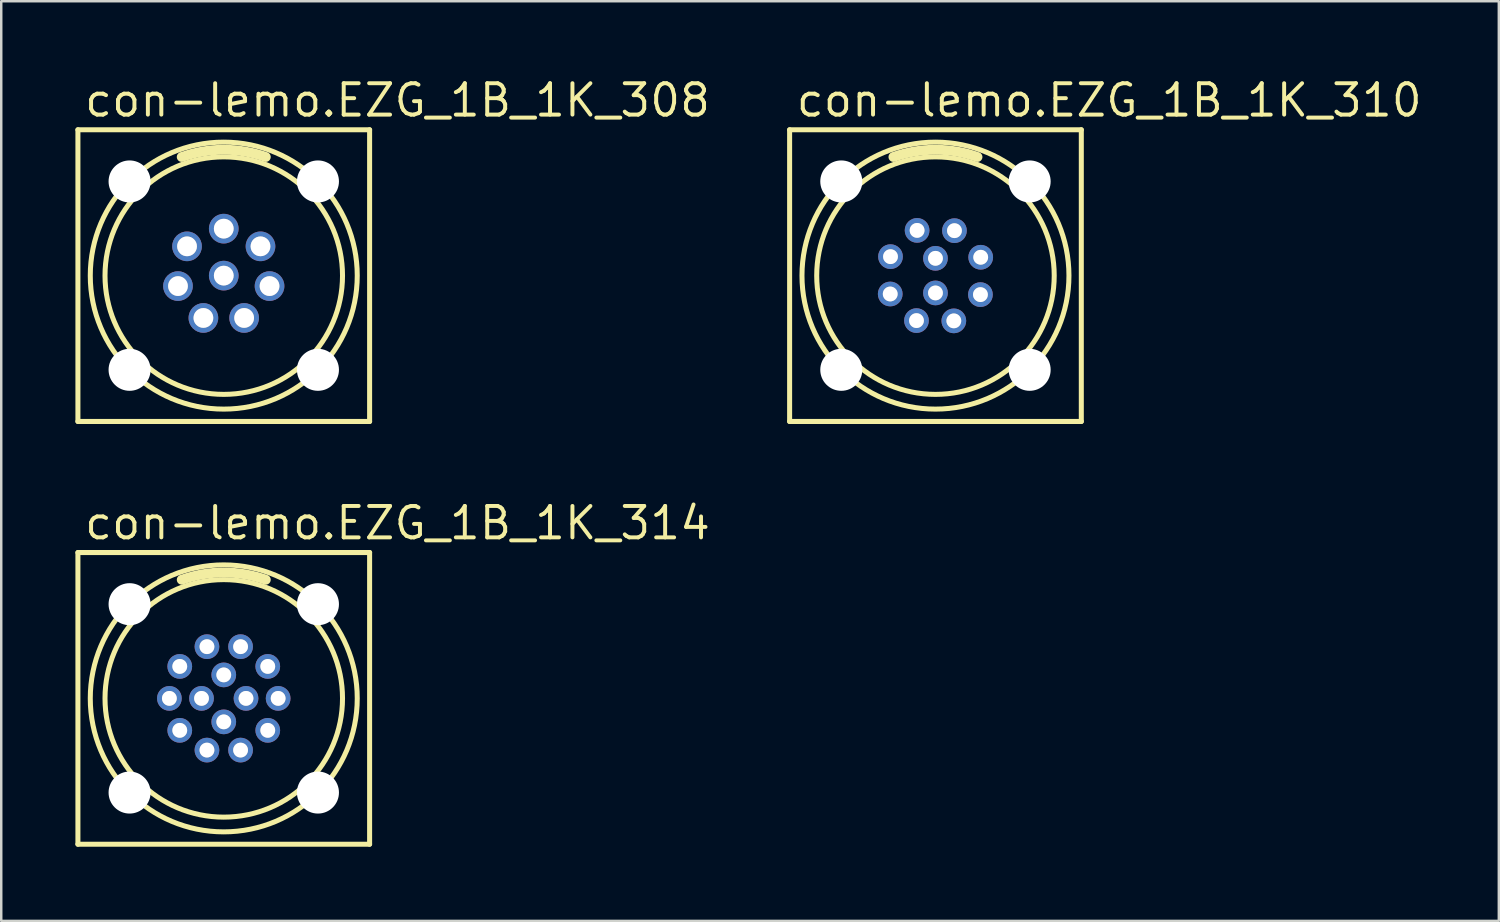
<source format=kicad_pcb>
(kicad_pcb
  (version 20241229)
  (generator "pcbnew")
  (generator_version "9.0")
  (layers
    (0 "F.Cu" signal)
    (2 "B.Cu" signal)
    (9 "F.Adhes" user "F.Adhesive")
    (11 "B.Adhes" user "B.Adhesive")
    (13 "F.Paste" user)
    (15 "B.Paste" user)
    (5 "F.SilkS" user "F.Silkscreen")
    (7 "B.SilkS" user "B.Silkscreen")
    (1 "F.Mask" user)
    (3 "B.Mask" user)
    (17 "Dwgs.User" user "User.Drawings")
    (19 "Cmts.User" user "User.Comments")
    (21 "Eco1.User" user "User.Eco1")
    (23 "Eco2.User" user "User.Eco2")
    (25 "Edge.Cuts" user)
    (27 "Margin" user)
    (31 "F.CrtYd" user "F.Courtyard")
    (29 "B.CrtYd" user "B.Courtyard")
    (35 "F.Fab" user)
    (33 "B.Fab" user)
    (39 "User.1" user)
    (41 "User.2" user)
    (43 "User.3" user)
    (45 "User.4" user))
  (footprint "con-lemo.EZG_1B_1K_310"
    (layer "F.Cu")
    (at 34.793 8.1)
    (property "Reference" "con-lemo.EZG_1B_1K_310" (at -5.715 -6.35 0) (layer "F.SilkS") (effects (font (size 1.27 1.27) (thickness 0.16)) (justify left bottom)))
    (attr through_hole)
    (fp_line (start -5.9 -5.9) (end 5.9 -5.9) (stroke (width 0.203) (type default)) (layer "F.SilkS"))
    (fp_line (start -5.9 5.9) (end -5.9 -5.9) (stroke (width 0.203) (type default)) (layer "F.SilkS"))
    (fp_line (start 5.9 -5.9) (end 5.9 5.9) (stroke (width 0.203) (type default)) (layer "F.SilkS"))
    (fp_line (start 5.9 5.9) (end -5.9 5.9) (stroke (width 0.203) (type default)) (layer "F.SilkS"))
    (fp_arc (start -1.7 -4.8) (mid 0 -5.092151) (end 1.7 -4.8) (stroke (width 0.4) (type default)) (layer "F.SilkS"))
    (fp_circle (center 0 0) (end 4.804 0) (stroke (width 0.203) (type default)) (fill no) (layer "F.SilkS"))
    (fp_circle (center 0 0) (end 5.4 0) (stroke (width 0.203) (type default)) (fill no) (layer "F.SilkS"))
    (fp_circle (center -1.83 0.743) (end -1.631 0.743) (stroke (width 0.203) (type default)) (fill no) (layer "F.Fab"))
    (fp_circle (center -1.819 -0.768) (end -1.621 -0.768) (stroke (width 0.203) (type default)) (fill no) (layer "F.Fab"))
    (fp_circle (center -0.768 1.819) (end -0.57 1.819) (stroke (width 0.203) (type default)) (fill no) (layer "F.Fab"))
    (fp_circle (center -0.743 -1.83) (end -0.545 -1.83) (stroke (width 0.203) (type default)) (fill no) (layer "F.Fab"))
    (fp_circle (center 0 -0.7) (end 0.198 -0.7) (stroke (width 0.203) (type default)) (fill no) (layer "F.Fab"))
    (fp_circle (center 0 0.7) (end 0.198 0.7) (stroke (width 0.203) (type default)) (fill no) (layer "F.Fab"))
    (fp_circle (center 0.743 1.83) (end 0.941 1.83) (stroke (width 0.203) (type default)) (fill no) (layer "F.Fab"))
    (fp_circle (center 0.768 -1.819) (end 0.967 -1.819) (stroke (width 0.203) (type default)) (fill no) (layer "F.Fab"))
    (fp_circle (center 1.819 0.768) (end 2.018 0.768) (stroke (width 0.203) (type default)) (fill no) (layer "F.Fab"))
    (fp_circle (center 1.83 -0.743) (end 2.028 -0.743) (stroke (width 0.203) (type default)) (fill no) (layer "F.Fab"))
    (pad "" np_thru_hole circle (at -3.81 -3.81) (size 1.7 1.7) (drill 1.7) (layers "*.Cu" "*.Mask"))
    (pad "" np_thru_hole circle (at -3.81 3.81) (size 1.7 1.7) (drill 1.7) (layers "*.Cu" "*.Mask"))
    (pad "" np_thru_hole circle (at 3.81 -3.81) (size 1.7 1.7) (drill 1.7) (layers "*.Cu" "*.Mask"))
    (pad "" np_thru_hole circle (at 3.81 3.81) (size 1.7 1.7) (drill 1.7) (layers "*.Cu" "*.Mask"))
    (pad "1" thru_hole circle (at -0.743 -1.83 112.1) (size 1 1) (drill 0.6) (layers "*.Cu" "*.Mask"))
    (pad "2" thru_hole circle (at -1.819 -0.768 157.1) (size 1 1) (drill 0.6) (layers "*.Cu" "*.Mask"))
    (pad "3" thru_hole circle (at -1.83 0.743 202.1) (size 1 1) (drill 0.6) (layers "*.Cu" "*.Mask"))
    (pad "4" thru_hole circle (at -0.768 1.819 247.1) (size 1 1) (drill 0.6) (layers "*.Cu" "*.Mask"))
    (pad "5" thru_hole circle (at 0.743 1.83 292.1) (size 1 1) (drill 0.6) (layers "*.Cu" "*.Mask"))
    (pad "6" thru_hole circle (at 1.819 0.768 337.1) (size 1 1) (drill 0.6) (layers "*.Cu" "*.Mask"))
    (pad "7" thru_hole circle (at 1.83 -0.743 22.1) (size 1 1) (drill 0.6) (layers "*.Cu" "*.Mask"))
    (pad "8" thru_hole circle (at 0.768 -1.819 67.1) (size 1 1) (drill 0.6) (layers "*.Cu" "*.Mask"))
    (pad "9" thru_hole circle (at 0 -0.7 22.3) (size 1 1) (drill 0.6) (layers "*.Cu" "*.Mask"))
    (pad "10" thru_hole circle (at 0 0.7 22.3) (size 1 1) (drill 0.6) (layers "*.Cu" "*.Mask")))
  (footprint "con-lemo.EZG_1B_1K_314"
    (layer "F.Cu")
    (at 6.002 25.202)
    (property "Reference" "con-lemo.EZG_1B_1K_314" (at -5.715 -6.35 0) (layer "F.SilkS") (effects (font (size 1.27 1.27) (thickness 0.16)) (justify left bottom)))
    (attr through_hole)
    (fp_line (start -5.9 -5.9) (end 5.9 -5.9) (stroke (width 0.203) (type default)) (layer "F.SilkS"))
    (fp_line (start -5.9 5.9) (end -5.9 -5.9) (stroke (width 0.203) (type default)) (layer "F.SilkS"))
    (fp_line (start 5.9 -5.9) (end 5.9 5.9) (stroke (width 0.203) (type default)) (layer "F.SilkS"))
    (fp_line (start 5.9 5.9) (end -5.9 5.9) (stroke (width 0.203) (type default)) (layer "F.SilkS"))
    (fp_arc (start -1.7 -4.8) (mid 0 -5.092151) (end 1.7 -4.8) (stroke (width 0.4) (type default)) (layer "F.SilkS"))
    (fp_circle (center 0 0) (end 4.804 0) (stroke (width 0.203) (type default)) (fill no) (layer "F.SilkS"))
    (fp_circle (center 0 0) (end 5.4 0) (stroke (width 0.203) (type default)) (fill no) (layer "F.SilkS"))
    (fp_circle (center -2.2 0) (end -2.002 0) (stroke (width 0.203) (type default)) (fill no) (layer "F.Fab"))
    (fp_circle (center -1.78 1.293) (end -1.581 1.293) (stroke (width 0.203) (type default)) (fill no) (layer "F.Fab"))
    (fp_circle (center -1.78 -1.293) (end -1.581 -1.293) (stroke (width 0.203) (type default)) (fill no) (layer "F.Fab"))
    (fp_circle (center -0.9 0) (end -0.702 0) (stroke (width 0.203) (type default)) (fill no) (layer "F.Fab"))
    (fp_circle (center -0.68 -2.092) (end -0.481 -2.092) (stroke (width 0.203) (type default)) (fill no) (layer "F.Fab"))
    (fp_circle (center -0.68 2.092) (end -0.481 2.092) (stroke (width 0.203) (type default)) (fill no) (layer "F.Fab"))
    (fp_circle (center 0 -0.95) (end 0.198 -0.95) (stroke (width 0.203) (type default)) (fill no) (layer "F.Fab"))
    (fp_circle (center 0 0.95) (end 0.198 0.95) (stroke (width 0.203) (type default)) (fill no) (layer "F.Fab"))
    (fp_circle (center 0.68 -2.092) (end 0.878 -2.092) (stroke (width 0.203) (type default)) (fill no) (layer "F.Fab"))
    (fp_circle (center 0.68 2.092) (end 0.878 2.092) (stroke (width 0.203) (type default)) (fill no) (layer "F.Fab"))
    (fp_circle (center 0.9 0) (end 1.098 0) (stroke (width 0.203) (type default)) (fill no) (layer "F.Fab"))
    (fp_circle (center 1.78 1.293) (end 1.978 1.293) (stroke (width 0.203) (type default)) (fill no) (layer "F.Fab"))
    (fp_circle (center 1.78 -1.293) (end 1.978 -1.293) (stroke (width 0.203) (type default)) (fill no) (layer "F.Fab"))
    (fp_circle (center 2.2 0) (end 2.398 0) (stroke (width 0.203) (type default)) (fill no) (layer "F.Fab"))
    (pad "" np_thru_hole circle (at -3.81 -3.81) (size 1.7 1.7) (drill 1.7) (layers "*.Cu" "*.Mask"))
    (pad "" np_thru_hole circle (at -3.81 3.81) (size 1.7 1.7) (drill 1.7) (layers "*.Cu" "*.Mask"))
    (pad "" np_thru_hole circle (at 3.81 -3.81) (size 1.7 1.7) (drill 1.7) (layers "*.Cu" "*.Mask"))
    (pad "" np_thru_hole circle (at 3.81 3.81) (size 1.7 1.7) (drill 1.7) (layers "*.Cu" "*.Mask"))
    (pad "1" thru_hole circle (at -0.68 -2.092 108) (size 1 1) (drill 0.6) (layers "*.Cu" "*.Mask"))
    (pad "2" thru_hole circle (at -1.78 -1.293 144) (size 1 1) (drill 0.6) (layers "*.Cu" "*.Mask"))
    (pad "3" thru_hole circle (at -2.2 0 180) (size 1 1) (drill 0.6) (layers "*.Cu" "*.Mask"))
    (pad "4" thru_hole circle (at -1.78 1.293 216) (size 1 1) (drill 0.6) (layers "*.Cu" "*.Mask"))
    (pad "5" thru_hole circle (at -0.68 2.092 252) (size 1 1) (drill 0.6) (layers "*.Cu" "*.Mask"))
    (pad "6" thru_hole circle (at 0.68 2.092 288) (size 1 1) (drill 0.6) (layers "*.Cu" "*.Mask"))
    (pad "7" thru_hole circle (at 1.78 1.293 324) (size 1 1) (drill 0.6) (layers "*.Cu" "*.Mask"))
    (pad "8" thru_hole circle (at 2.2 0) (size 1 1) (drill 0.6) (layers "*.Cu" "*.Mask"))
    (pad "9" thru_hole circle (at 1.78 -1.293 36) (size 1 1) (drill 0.6) (layers "*.Cu" "*.Mask"))
    (pad "10" thru_hole circle (at 0.68 -2.092 72) (size 1 1) (drill 0.6) (layers "*.Cu" "*.Mask"))
    (pad "11" thru_hole circle (at 0 -0.95) (size 1 1) (drill 0.6) (layers "*.Cu" "*.Mask"))
    (pad "12" thru_hole circle (at -0.9 0) (size 1 1) (drill 0.6) (layers "*.Cu" "*.Mask"))
    (pad "13" thru_hole circle (at 0 0.95 180) (size 1 1) (drill 0.6) (layers "*.Cu" "*.Mask"))
    (pad "14" thru_hole circle (at 0.9 0 180) (size 1 1) (drill 0.6) (layers "*.Cu" "*.Mask")))
  (footprint "con-lemo.EZG_1B_1K_308"
    (layer "F.Cu")
    (at 6.002 8.1)
    (property "Reference" "con-lemo.EZG_1B_1K_308" (at -5.715 -6.35 0) (layer "F.SilkS") (effects (font (size 1.27 1.27) (thickness 0.16)) (justify left bottom)))
    (attr through_hole)
    (fp_line (start -5.9 -5.9) (end 5.9 -5.9) (stroke (width 0.203) (type default)) (layer "F.SilkS"))
    (fp_line (start -5.9 5.9) (end -5.9 -5.9) (stroke (width 0.203) (type default)) (layer "F.SilkS"))
    (fp_line (start 5.9 -5.9) (end 5.9 5.9) (stroke (width 0.203) (type default)) (layer "F.SilkS"))
    (fp_line (start 5.9 5.9) (end -5.9 5.9) (stroke (width 0.203) (type default)) (layer "F.SilkS"))
    (fp_arc (start -1.7 -4.8) (mid 0 -5.092151) (end 1.7 -4.8) (stroke (width 0.4) (type default)) (layer "F.SilkS"))
    (fp_circle (center 0 0) (end 4.804 0) (stroke (width 0.203) (type default)) (fill no) (layer "F.SilkS"))
    (fp_circle (center 0 0) (end 5.4 0) (stroke (width 0.203) (type default)) (fill no) (layer "F.SilkS"))
    (fp_circle (center -1.852 0.423) (end -1.554 0.423) (stroke (width 0.203) (type default)) (fill no) (layer "F.Fab"))
    (fp_circle (center -1.486 -1.185) (end -1.187 -1.185) (stroke (width 0.203) (type default)) (fill no) (layer "F.Fab"))
    (fp_circle (center -0.824 1.712) (end -0.526 1.712) (stroke (width 0.203) (type default)) (fill no) (layer "F.Fab"))
    (fp_circle (center 0 -1.9) (end 0.298 -1.9) (stroke (width 0.203) (type default)) (fill no) (layer "F.Fab"))
    (fp_circle (center 0 0) (end 0.298 0) (stroke (width 0.203) (type default)) (fill no) (layer "F.Fab"))
    (fp_circle (center 0.824 1.712) (end 1.123 1.712) (stroke (width 0.203) (type default)) (fill no) (layer "F.Fab"))
    (fp_circle (center 1.486 -1.185) (end 1.784 -1.185) (stroke (width 0.203) (type default)) (fill no) (layer "F.Fab"))
    (fp_circle (center 1.852 0.423) (end 2.151 0.423) (stroke (width 0.203) (type default)) (fill no) (layer "F.Fab"))
    (pad "" np_thru_hole circle (at -3.81 -3.81) (size 1.7 1.7) (drill 1.7) (layers "*.Cu" "*.Mask"))
    (pad "" np_thru_hole circle (at -3.81 3.81) (size 1.7 1.7) (drill 1.7) (layers "*.Cu" "*.Mask"))
    (pad "" np_thru_hole circle (at 3.81 -3.81) (size 1.7 1.7) (drill 1.7) (layers "*.Cu" "*.Mask"))
    (pad "" np_thru_hole circle (at 3.81 3.81) (size 1.7 1.7) (drill 1.7) (layers "*.Cu" "*.Mask"))
    (pad "1" thru_hole circle (at 0 -1.9 90) (size 1.2 1.2) (drill 0.8) (layers "*.Cu" "*.Mask"))
    (pad "2" thru_hole circle (at -1.486 -1.185 141.4) (size 1.2 1.2) (drill 0.8) (layers "*.Cu" "*.Mask"))
    (pad "3" thru_hole circle (at -1.852 0.423 192.9) (size 1.2 1.2) (drill 0.8) (layers "*.Cu" "*.Mask"))
    (pad "4" thru_hole circle (at -0.824 1.712 244.3) (size 1.2 1.2) (drill 0.8) (layers "*.Cu" "*.Mask"))
    (pad "5" thru_hole circle (at 0.824 1.712 295.7) (size 1.2 1.2) (drill 0.8) (layers "*.Cu" "*.Mask"))
    (pad "6" thru_hole circle (at 1.852 0.423 347.1) (size 1.2 1.2) (drill 0.8) (layers "*.Cu" "*.Mask"))
    (pad "7" thru_hole circle (at 1.486 -1.185 38.6) (size 1.2 1.2) (drill 0.8) (layers "*.Cu" "*.Mask"))
    (pad "8" thru_hole circle (at 0 0 90) (size 1.2 1.2) (drill 0.8) (layers "*.Cu" "*.Mask")))
  (gr_rect
    (start -3 -3)
    (end 57.583 34.203)
    (stroke (width 0.1) (type default))
    (fill no)
    (layer "Edge.Cuts")))
</source>
